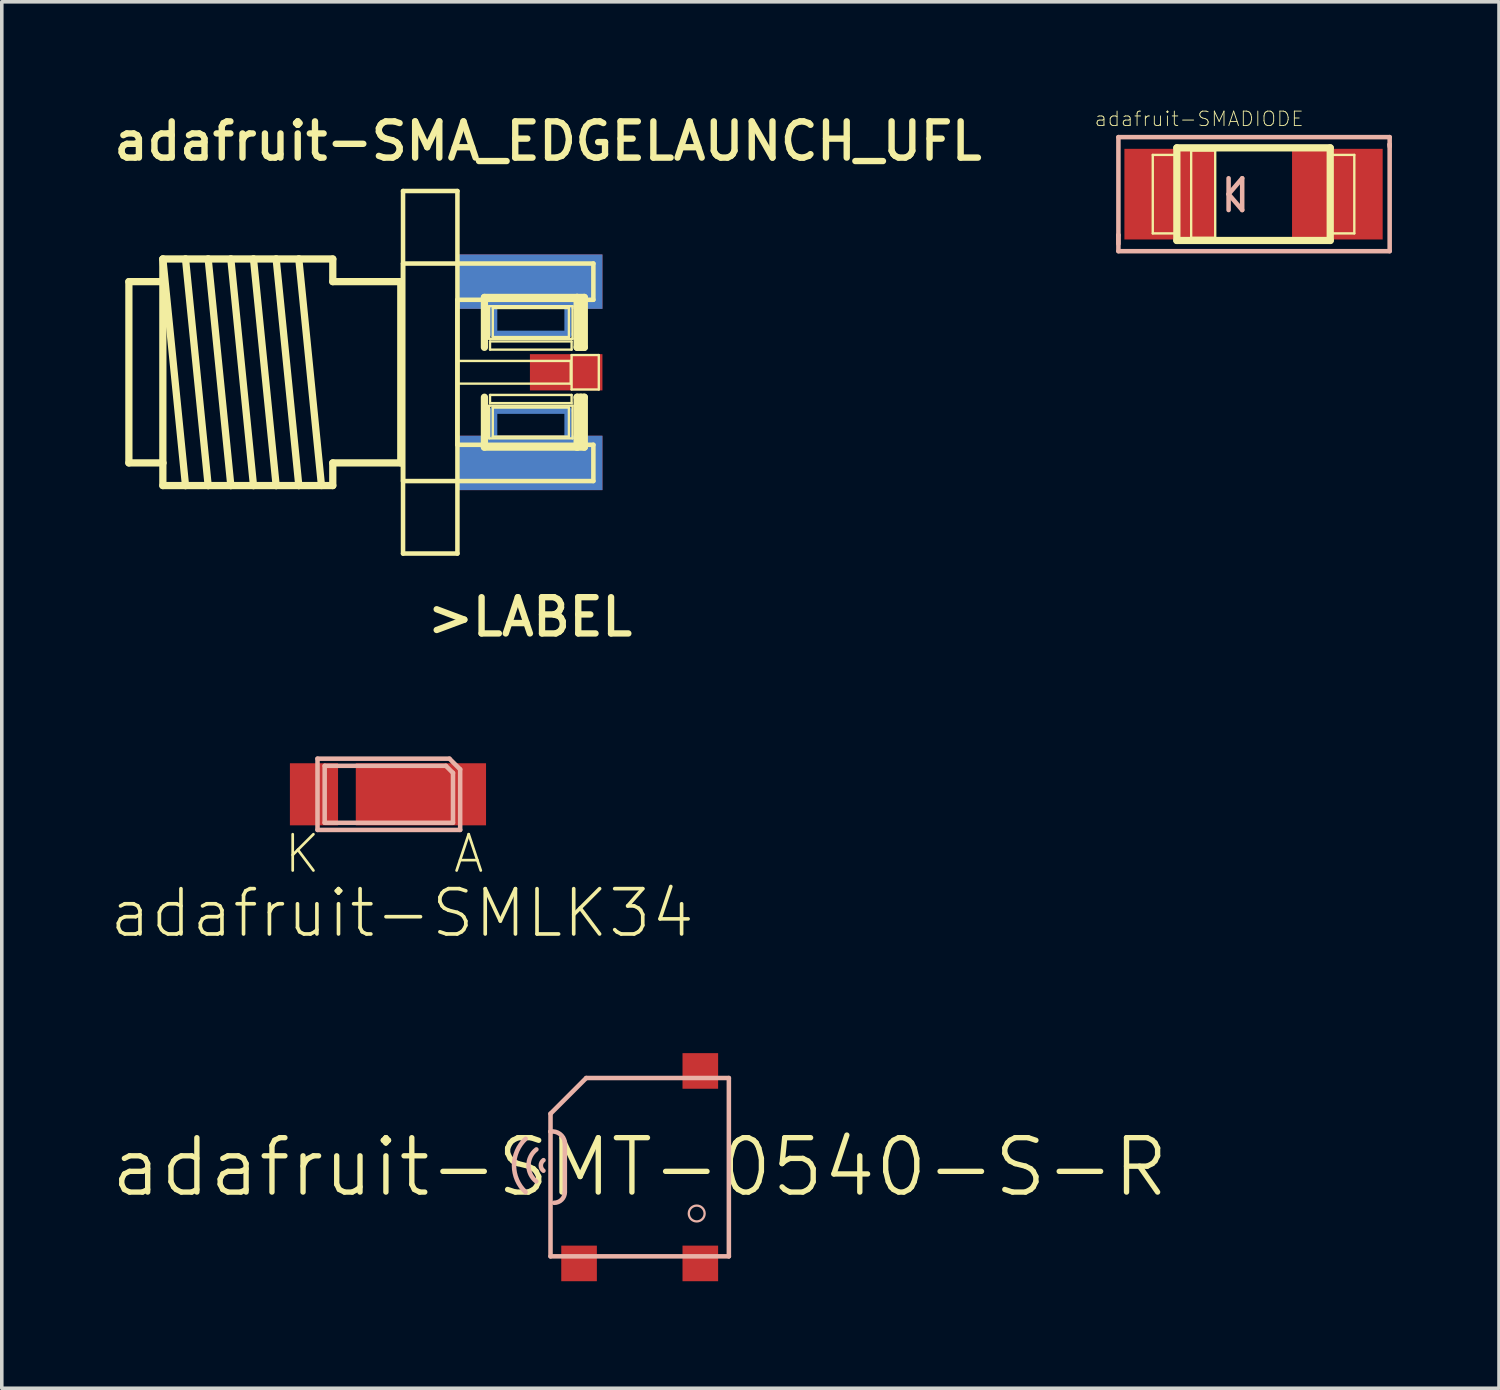
<source format=kicad_pcb>
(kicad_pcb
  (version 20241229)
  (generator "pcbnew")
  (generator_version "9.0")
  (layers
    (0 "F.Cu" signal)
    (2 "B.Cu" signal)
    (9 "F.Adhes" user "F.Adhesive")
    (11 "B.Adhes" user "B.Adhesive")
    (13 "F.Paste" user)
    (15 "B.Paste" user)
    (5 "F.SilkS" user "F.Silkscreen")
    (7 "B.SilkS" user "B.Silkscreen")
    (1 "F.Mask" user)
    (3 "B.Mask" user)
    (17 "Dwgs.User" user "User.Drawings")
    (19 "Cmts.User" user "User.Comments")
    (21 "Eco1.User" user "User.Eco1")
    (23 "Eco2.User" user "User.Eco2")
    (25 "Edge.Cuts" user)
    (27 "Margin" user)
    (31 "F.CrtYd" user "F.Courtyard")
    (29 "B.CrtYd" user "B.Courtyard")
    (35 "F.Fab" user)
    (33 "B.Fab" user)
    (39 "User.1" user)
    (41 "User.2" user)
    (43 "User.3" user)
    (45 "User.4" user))
  (footprint "adafruit-SMA_EDGELAUNCH_UFL"
    (layer "F.Cu")
    (at 9.769 7.383)
    (property "Reference" "adafruit-SMA_EDGELAUNCH_UFL" (at 2.54 -6.477 180) (layer "F.SilkS") (effects (font (size 1.016 1.016) (thickness 0.178))))
    (attr smd)
    (fp_line (start 1.016 -3.175) (end 3.099 -3.175) (stroke (width 0.203) (type solid)) (layer "B.Cu"))
    (fp_line (start 1.016 -1.064) (end 1.016 -3.175) (stroke (width 0.203) (type solid)) (layer "B.Cu"))
    (fp_line (start 1.016 1.064) (end 3.099 1.064) (stroke (width 0.203) (type solid)) (layer "B.Cu"))
    (fp_line (start 1.016 3.175) (end 1.016 1.064) (stroke (width 0.203) (type solid)) (layer "B.Cu"))
    (fp_line (start 3.099 -3.175) (end 3.099 -1.064) (stroke (width 0.203) (type solid)) (layer "B.Cu"))
    (fp_line (start 3.099 -1.064) (end 1.016 -1.064) (stroke (width 0.203) (type solid)) (layer "B.Cu"))
    (fp_line (start 3.099 1.064) (end 3.099 3.175) (stroke (width 0.203) (type solid)) (layer "B.Cu"))
    (fp_line (start 3.099 3.175) (end 1.016 3.175) (stroke (width 0.203) (type solid)) (layer "B.Cu"))
    (fp_line (start -9.207 -2.54) (end -8.255 -2.54) (stroke (width 0.203) (type solid)) (layer "F.SilkS"))
    (fp_line (start -9.207 2.54) (end -9.207 -2.54) (stroke (width 0.203) (type solid)) (layer "F.SilkS"))
    (fp_line (start -8.255 -3.175) (end -7.62 -3.175) (stroke (width 0.203) (type solid)) (layer "F.SilkS"))
    (fp_line (start -8.255 -3.175) (end -7.62 3.175) (stroke (width 0.203) (type solid)) (layer "F.SilkS"))
    (fp_line (start -8.255 -2.54) (end -8.255 -3.175) (stroke (width 0.203) (type solid)) (layer "F.SilkS"))
    (fp_line (start -8.255 -2.54) (end -8.255 2.54) (stroke (width 0.203) (type solid)) (layer "F.SilkS"))
    (fp_line (start -8.255 2.54) (end -9.207 2.54) (stroke (width 0.203) (type solid)) (layer "F.SilkS"))
    (fp_line (start -8.255 3.175) (end -8.255 2.54) (stroke (width 0.203) (type solid)) (layer "F.SilkS"))
    (fp_line (start -7.62 -3.175) (end -6.985 -3.175) (stroke (width 0.203) (type solid)) (layer "F.SilkS"))
    (fp_line (start -7.62 -3.175) (end -6.985 3.175) (stroke (width 0.203) (type solid)) (layer "F.SilkS"))
    (fp_line (start -7.62 3.175) (end -8.255 3.175) (stroke (width 0.203) (type solid)) (layer "F.SilkS"))
    (fp_line (start -6.985 -3.175) (end -6.35 -3.175) (stroke (width 0.203) (type solid)) (layer "F.SilkS"))
    (fp_line (start -6.985 -3.175) (end -6.35 3.175) (stroke (width 0.203) (type solid)) (layer "F.SilkS"))
    (fp_line (start -6.985 3.175) (end -7.62 3.175) (stroke (width 0.203) (type solid)) (layer "F.SilkS"))
    (fp_line (start -6.35 -3.175) (end -5.715 -3.175) (stroke (width 0.203) (type solid)) (layer "F.SilkS"))
    (fp_line (start -6.35 -3.175) (end -5.715 3.175) (stroke (width 0.203) (type solid)) (layer "F.SilkS"))
    (fp_line (start -6.35 3.175) (end -6.985 3.175) (stroke (width 0.203) (type solid)) (layer "F.SilkS"))
    (fp_line (start -5.715 -3.175) (end -5.08 -3.175) (stroke (width 0.203) (type solid)) (layer "F.SilkS"))
    (fp_line (start -5.715 -3.175) (end -5.08 3.175) (stroke (width 0.203) (type solid)) (layer "F.SilkS"))
    (fp_line (start -5.715 3.175) (end -6.35 3.175) (stroke (width 0.203) (type solid)) (layer "F.SilkS"))
    (fp_line (start -5.08 -3.175) (end -4.445 -3.175) (stroke (width 0.203) (type solid)) (layer "F.SilkS"))
    (fp_line (start -5.08 -3.175) (end -4.445 3.175) (stroke (width 0.203) (type solid)) (layer "F.SilkS"))
    (fp_line (start -5.08 3.175) (end -5.715 3.175) (stroke (width 0.203) (type solid)) (layer "F.SilkS"))
    (fp_line (start -4.445 -3.175) (end -3.81 3.175) (stroke (width 0.203) (type solid)) (layer "F.SilkS"))
    (fp_line (start -4.445 -3.175) (end -3.493 -3.175) (stroke (width 0.203) (type solid)) (layer "F.SilkS"))
    (fp_line (start -4.445 3.175) (end -5.08 3.175) (stroke (width 0.203) (type solid)) (layer "F.SilkS"))
    (fp_line (start -3.493 -3.175) (end -3.493 -2.54) (stroke (width 0.203) (type solid)) (layer "F.SilkS"))
    (fp_line (start -3.493 -2.54) (end -1.587 -2.54) (stroke (width 0.203) (type solid)) (layer "F.SilkS"))
    (fp_line (start -3.493 2.54) (end -3.493 3.175) (stroke (width 0.203) (type solid)) (layer "F.SilkS"))
    (fp_line (start -3.493 3.175) (end -4.445 3.175) (stroke (width 0.203) (type solid)) (layer "F.SilkS"))
    (fp_line (start -1.587 -2.54) (end -1.587 2.54) (stroke (width 0.203) (type solid)) (layer "F.SilkS"))
    (fp_line (start -1.587 2.54) (end -3.493 2.54) (stroke (width 0.203) (type solid)) (layer "F.SilkS"))
    (fp_line (start -1.524 -5.08) (end 0 -5.08) (stroke (width 0.127) (type solid)) (layer "F.SilkS"))
    (fp_line (start -1.524 -3.048) (end 3.81 -3.048) (stroke (width 0.127) (type solid)) (layer "F.SilkS"))
    (fp_line (start -1.524 3.048) (end -1.524 -3.048) (stroke (width 0.127) (type solid)) (layer "F.SilkS"))
    (fp_line (start -1.524 5.08) (end -1.524 -5.08) (stroke (width 0.127) (type solid)) (layer "F.SilkS"))
    (fp_line (start 0 -5.08) (end 0 5.08) (stroke (width 0.127) (type solid)) (layer "F.SilkS"))
    (fp_line (start 0 -2.032) (end 0 2.032) (stroke (width 0.127) (type solid)) (layer "F.SilkS"))
    (fp_line (start 0 -0.318) (end 3.175 -0.318) (stroke (width 0.066) (type solid)) (layer "F.SilkS"))
    (fp_line (start 0 0.318) (end 0 -0.318) (stroke (width 0.066) (type solid)) (layer "F.SilkS"))
    (fp_line (start 0 0.318) (end 3.175 0.318) (stroke (width 0.066) (type solid)) (layer "F.SilkS"))
    (fp_line (start 0 2.032) (end 3.81 2.032) (stroke (width 0.127) (type solid)) (layer "F.SilkS"))
    (fp_line (start 0 5.08) (end -1.524 5.08) (stroke (width 0.127) (type solid)) (layer "F.SilkS"))
    (fp_line (start 0.757 -0.699) (end 0.757 -2.098) (stroke (width 0.203) (type solid)) (layer "F.SilkS"))
    (fp_line (start 0.757 2.098) (end 0.757 0.699) (stroke (width 0.203) (type solid)) (layer "F.SilkS"))
    (fp_line (start 0.757 2.098) (end 3.355 2.098) (stroke (width 0.203) (type solid)) (layer "F.SilkS"))
    (fp_line (start 0.889 -1.852) (end 3.226 -1.852) (stroke (width 0.066) (type solid)) (layer "F.SilkS"))
    (fp_line (start 0.889 -0.937) (end 0.889 -1.852) (stroke (width 0.066) (type solid)) (layer "F.SilkS"))
    (fp_line (start 0.889 -0.937) (end 3.226 -0.937) (stroke (width 0.066) (type solid)) (layer "F.SilkS"))
    (fp_line (start 0.889 0.937) (end 3.226 0.937) (stroke (width 0.066) (type solid)) (layer "F.SilkS"))
    (fp_line (start 0.889 1.852) (end 0.889 0.937) (stroke (width 0.066) (type solid)) (layer "F.SilkS"))
    (fp_line (start 0.889 1.852) (end 3.226 1.852) (stroke (width 0.066) (type solid)) (layer "F.SilkS"))
    (fp_line (start 0.914 -0.864) (end 3.2 -0.864) (stroke (width 0.066) (type solid)) (layer "F.SilkS"))
    (fp_line (start 0.914 -0.635) (end 0.914 -0.864) (stroke (width 0.066) (type solid)) (layer "F.SilkS"))
    (fp_line (start 0.914 -0.635) (end 3.2 -0.635) (stroke (width 0.066) (type solid)) (layer "F.SilkS"))
    (fp_line (start 0.914 0.635) (end 3.2 0.635) (stroke (width 0.066) (type solid)) (layer "F.SilkS"))
    (fp_line (start 0.914 0.864) (end 0.914 0.635) (stroke (width 0.066) (type solid)) (layer "F.SilkS"))
    (fp_line (start 0.914 0.864) (end 3.2 0.864) (stroke (width 0.066) (type solid)) (layer "F.SilkS"))
    (fp_line (start 0.991 -1.801) (end 3.124 -1.801) (stroke (width 0.066) (type solid)) (layer "F.SilkS"))
    (fp_line (start 0.991 -0.988) (end 0.991 -1.801) (stroke (width 0.066) (type solid)) (layer "F.SilkS"))
    (fp_line (start 0.991 -0.988) (end 3.124 -0.988) (stroke (width 0.066) (type solid)) (layer "F.SilkS"))
    (fp_line (start 0.991 0.988) (end 3.124 0.988) (stroke (width 0.066) (type solid)) (layer "F.SilkS"))
    (fp_line (start 0.991 1.801) (end 0.991 0.988) (stroke (width 0.066) (type solid)) (layer "F.SilkS"))
    (fp_line (start 0.991 1.801) (end 3.124 1.801) (stroke (width 0.066) (type solid)) (layer "F.SilkS"))
    (fp_line (start 3.124 -0.988) (end 3.124 -1.801) (stroke (width 0.066) (type solid)) (layer "F.SilkS"))
    (fp_line (start 3.124 1.801) (end 3.124 0.988) (stroke (width 0.066) (type solid)) (layer "F.SilkS"))
    (fp_line (start 3.175 0.318) (end 3.175 -0.318) (stroke (width 0.066) (type solid)) (layer "F.SilkS"))
    (fp_line (start 3.2 -0.635) (end 3.2 -0.864) (stroke (width 0.066) (type solid)) (layer "F.SilkS"))
    (fp_line (start 3.2 -0.483) (end 3.962 -0.483) (stroke (width 0.066) (type solid)) (layer "F.SilkS"))
    (fp_line (start 3.2 0.483) (end 3.2 -0.483) (stroke (width 0.066) (type solid)) (layer "F.SilkS"))
    (fp_line (start 3.2 0.483) (end 3.962 0.483) (stroke (width 0.066) (type solid)) (layer "F.SilkS"))
    (fp_line (start 3.2 0.864) (end 3.2 0.635) (stroke (width 0.066) (type solid)) (layer "F.SilkS"))
    (fp_line (start 3.226 -0.937) (end 3.226 -1.852) (stroke (width 0.066) (type solid)) (layer "F.SilkS"))
    (fp_line (start 3.226 1.852) (end 3.226 0.937) (stroke (width 0.066) (type solid)) (layer "F.SilkS"))
    (fp_line (start 3.355 -2.098) (end 0.757 -2.098) (stroke (width 0.203) (type solid)) (layer "F.SilkS"))
    (fp_line (start 3.355 -0.699) (end 3.355 -2.098) (stroke (width 0.203) (type solid)) (layer "F.SilkS"))
    (fp_line (start 3.355 2.098) (end 3.355 0.699) (stroke (width 0.203) (type solid)) (layer "F.SilkS"))
    (fp_line (start 3.457 -0.699) (end 3.457 -1.999) (stroke (width 0.203) (type solid)) (layer "F.SilkS"))
    (fp_line (start 3.457 1.999) (end 3.457 0.699) (stroke (width 0.203) (type solid)) (layer "F.SilkS"))
    (fp_line (start 3.556 -2.098) (end 3.355 -2.098) (stroke (width 0.203) (type solid)) (layer "F.SilkS"))
    (fp_line (start 3.556 -0.699) (end 3.355 -0.699) (stroke (width 0.203) (type solid)) (layer "F.SilkS"))
    (fp_line (start 3.556 -0.699) (end 3.556 -2.098) (stroke (width 0.203) (type solid)) (layer "F.SilkS"))
    (fp_line (start 3.556 0.699) (end 3.355 0.699) (stroke (width 0.203) (type solid)) (layer "F.SilkS"))
    (fp_line (start 3.556 2.098) (end 3.355 2.098) (stroke (width 0.203) (type solid)) (layer "F.SilkS"))
    (fp_line (start 3.556 2.098) (end 3.556 0.699) (stroke (width 0.203) (type solid)) (layer "F.SilkS"))
    (fp_line (start 3.81 -3.048) (end 3.81 -2.032) (stroke (width 0.127) (type solid)) (layer "F.SilkS"))
    (fp_line (start 3.81 -2.032) (end 0 -2.032) (stroke (width 0.127) (type solid)) (layer "F.SilkS"))
    (fp_line (start 3.81 2.032) (end 3.81 3.048) (stroke (width 0.127) (type solid)) (layer "F.SilkS"))
    (fp_line (start 3.81 3.048) (end -1.524 3.048) (stroke (width 0.127) (type solid)) (layer "F.SilkS"))
    (fp_line (start 3.962 0.483) (end 3.962 -0.483) (stroke (width 0.066) (type solid)) (layer "F.SilkS"))
    (fp_text user ">LABEL" (at 2.032 6.858 180) (layer "F.SilkS") (effects (font (size 1.016 1.016) (thickness 0.178))))
    (pad "GND@" smd rect (at 2.032 -2.54 90) (size 1.524 4.064) (layers "F.Cu" "F.Mask" "F.Paste"))
    (pad "GND@" smd rect (at 2.032 -2.54 90) (size 1.524 4.064) (layers "B.Cu" "B.Mask"))
    (pad "GND@" smd rect (at 2.032 2.54 90) (size 1.524 4.064) (layers "F.Cu" "F.Mask" "F.Paste"))
    (pad "GND@" smd rect (at 2.032 2.54 90) (size 1.524 4.064) (layers "B.Cu" "B.Mask"))
    (pad "P" smd rect (at 3.048 0 90) (size 1.016 2.032) (layers "F.Cu" "F.Mask" "F.Paste")))
  (footprint "adafruit-SMADIODE"
    (layer "F.Cu")
    (at 32.08 2.391)
    (property "Reference" "adafruit-SMADIODE" (at -1.524 -2.108 0) (layer "F.SilkS") (effects (font (size 0.406 0.406) (thickness 0.025))))
    (attr smd)
    (fp_line (start -2.824 -1.1) (end -2.174 -1.1) (stroke (width 0.066) (type solid)) (layer "F.SilkS"))
    (fp_line (start -2.824 1.1) (end -2.824 -1.1) (stroke (width 0.066) (type solid)) (layer "F.SilkS"))
    (fp_line (start -2.824 1.1) (end -2.174 1.1) (stroke (width 0.066) (type solid)) (layer "F.SilkS"))
    (fp_line (start -2.174 1.1) (end -2.174 -1.1) (stroke (width 0.066) (type solid)) (layer "F.SilkS"))
    (fp_line (start -2.149 -1.298) (end 2.149 -1.298) (stroke (width 0.203) (type solid)) (layer "F.SilkS"))
    (fp_line (start -2.149 1.298) (end -2.149 -1.298) (stroke (width 0.203) (type solid)) (layer "F.SilkS"))
    (fp_line (start -1.748 -1.224) (end -1.074 -1.224) (stroke (width 0.066) (type solid)) (layer "F.SilkS"))
    (fp_line (start -1.748 1.224) (end -1.748 -1.224) (stroke (width 0.066) (type solid)) (layer "F.SilkS"))
    (fp_line (start -1.748 1.224) (end -1.074 1.224) (stroke (width 0.066) (type solid)) (layer "F.SilkS"))
    (fp_line (start -1.074 1.224) (end -1.074 -1.224) (stroke (width 0.066) (type solid)) (layer "F.SilkS"))
    (fp_line (start 2.149 -1.298) (end 2.149 1.298) (stroke (width 0.203) (type solid)) (layer "F.SilkS"))
    (fp_line (start 2.149 1.298) (end -2.149 1.298) (stroke (width 0.203) (type solid)) (layer "F.SilkS"))
    (fp_line (start 2.174 -1.1) (end 2.824 -1.1) (stroke (width 0.066) (type solid)) (layer "F.SilkS"))
    (fp_line (start 2.174 1.1) (end 2.174 -1.1) (stroke (width 0.066) (type solid)) (layer "F.SilkS"))
    (fp_line (start 2.174 1.1) (end 2.824 1.1) (stroke (width 0.066) (type solid)) (layer "F.SilkS"))
    (fp_line (start 2.824 1.1) (end 2.824 -1.1) (stroke (width 0.066) (type solid)) (layer "F.SilkS"))
    (fp_line (start -3.787 -1.598) (end 3.815 -1.598) (stroke (width 0.127) (type solid)) (layer "B.SilkS"))
    (fp_line (start -3.787 1.146) (end -3.787 -1.598) (stroke (width 0.127) (type solid)) (layer "B.SilkS"))
    (fp_line (start -3.787 1.392) (end -3.787 1.146) (stroke (width 0.127) (type solid)) (layer "B.SilkS"))
    (fp_line (start -3.787 1.598) (end -3.787 1.146) (stroke (width 0.127) (type solid)) (layer "B.SilkS"))
    (fp_line (start -0.699 0) (end -0.318 0.445) (stroke (width 0.127) (type solid)) (layer "B.SilkS"))
    (fp_line (start -0.699 0.445) (end -0.699 -0.445) (stroke (width 0.127) (type solid)) (layer "B.SilkS"))
    (fp_line (start -0.318 -0.445) (end -0.699 0) (stroke (width 0.127) (type solid)) (layer "B.SilkS"))
    (fp_line (start -0.318 0.445) (end -0.318 -0.445) (stroke (width 0.127) (type solid)) (layer "B.SilkS"))
    (fp_line (start 3.815 -1.598) (end 3.815 -1.392) (stroke (width 0.127) (type solid)) (layer "B.SilkS"))
    (fp_line (start 3.815 -1.392) (end 3.815 -1.336) (stroke (width 0.127) (type solid)) (layer "B.SilkS"))
    (fp_line (start 3.815 -1.392) (end 3.815 1.598) (stroke (width 0.127) (type solid)) (layer "B.SilkS"))
    (fp_line (start 3.815 1.598) (end -3.787 1.598) (stroke (width 0.127) (type solid)) (layer "B.SilkS"))
    (pad "A" smd rect (at 2.349 0 180) (size 2.54 2.54) (layers "F.Cu" "F.Mask" "F.Paste"))
    (pad "C" smd rect (at -2.349 0) (size 2.54 2.54) (layers "F.Cu" "F.Mask" "F.Paste")))
  (footprint "adafruit-SMLK34"
    (layer "F.Cu")
    (at 7.847 19.21)
    (property "Reference" "adafruit-SMLK34" (at 0.373 3.332 0) (layer "F.SilkS") (effects (font (size 1.27 1.27) (thickness 0.102))))
    (attr smd)
    (fp_line (start -1.999 -0.998) (end 1.699 -0.998) (stroke (width 0.127) (type solid)) (layer "B.SilkS"))
    (fp_line (start -1.999 0.998) (end -1.999 -0.998) (stroke (width 0.127) (type solid)) (layer "B.SilkS"))
    (fp_line (start -1.798 -0.798) (end -1.798 0.798) (stroke (width 0.127) (type solid)) (layer "B.SilkS"))
    (fp_line (start -1.798 0.798) (end 1.798 0.798) (stroke (width 0.127) (type solid)) (layer "B.SilkS"))
    (fp_line (start 1.598 -0.798) (end -1.798 -0.798) (stroke (width 0.127) (type solid)) (layer "B.SilkS"))
    (fp_line (start 1.699 -0.998) (end 1.999 -0.699) (stroke (width 0.127) (type solid)) (layer "B.SilkS"))
    (fp_line (start 1.798 -0.599) (end 1.598 -0.798) (stroke (width 0.127) (type solid)) (layer "B.SilkS"))
    (fp_line (start 1.798 0.798) (end 1.798 -0.599) (stroke (width 0.127) (type solid)) (layer "B.SilkS"))
    (fp_line (start 1.999 -0.699) (end 1.999 0.998) (stroke (width 0.127) (type solid)) (layer "B.SilkS"))
    (fp_line (start 1.999 0.998) (end -1.999 0.998) (stroke (width 0.127) (type solid)) (layer "B.SilkS"))
    (fp_text user "A" (at 2.238 1.669 0) (layer "F.SilkS") (effects (font (size 1.016 1.016) (thickness 0.076))))
    (fp_text user "K" (at -2.428 1.669 0) (layer "F.SilkS") (effects (font (size 1.016 1.016) (thickness 0.076))))
    (pad "A" smd rect (at 0.899 0 180) (size 3.65 1.74) (layers "F.Cu" "F.Mask" "F.Paste"))
    (pad "K" smd rect (at -2.098 0 180) (size 1.349 1.74) (layers "F.Cu" "F.Mask" "F.Paste")))
  (footprint "adafruit-SMT-0540-S-R"
    (layer "F.Cu")
    (at 14.877 29.66)
    (property "Reference" "adafruit-SMT-0540-S-R" (at 0 0 0) (layer "F.SilkS") (effects (font (size 1.524 1.524) (thickness 0.15))))
    (attr smd)
    (fp_line (start -2.499 -1.499) (end -1.499 -2.499) (stroke (width 0.127) (type solid)) (layer "B.SilkS"))
    (fp_line (start -2.499 -0.998) (end -2.499 -1.499) (stroke (width 0.127) (type solid)) (layer "B.SilkS"))
    (fp_line (start -2.499 2.499) (end -2.499 -0.998) (stroke (width 0.127) (type solid)) (layer "B.SilkS"))
    (fp_line (start -2.098 -0.699) (end -2.098 0.699) (stroke (width 0.127) (type solid)) (layer "B.SilkS"))
    (fp_line (start -1.499 -2.499) (end 2.499 -2.499) (stroke (width 0.127) (type solid)) (layer "B.SilkS"))
    (fp_line (start 2.499 -2.499) (end 2.499 2.499) (stroke (width 0.127) (type solid)) (layer "B.SilkS"))
    (fp_line (start 2.499 2.499) (end -2.499 2.499) (stroke (width 0.127) (type solid)) (layer "B.SilkS"))
    (fp_arc (start -3.19786 0.6985) (mid -3.521883 -0.048929) (end -3.196882 -0.795934) (stroke (width 0.127) (type solid)) (layer "B.SilkS"))
    (fp_arc (start -2.89814 0.39878) (mid -3.115691 -0.05024) (end -2.895016 -0.497732) (stroke (width 0.127) (type solid)) (layer "B.SilkS"))
    (fp_arc (start -2.69748 0.09906) (mid -2.770633 -0.049179) (end -2.69601 -0.196683) (stroke (width 0.127) (type solid)) (layer "B.SilkS"))
    (fp_arc (start -2.49936 -0.99822) (mid -2.236626 -0.931476) (end -2.09804 -0.6985) (stroke (width 0.127) (type solid)) (layer "B.SilkS"))
    (fp_arc (start -2.09804 0.6985) (mid -2.185826 0.910434) (end -2.39776 0.99822) (stroke (width 0.127) (type solid)) (layer "B.SilkS"))
    (fp_circle (center 1.598 1.298) (end 1.755 1.455) (stroke (width 0.064) (type solid)) (fill no) (layer "B.SilkS"))
    (pad "+" smd rect (at 1.699 2.697) (size 0.998 0.998) (layers "F.Cu" "F.Mask" "F.Paste"))
    (pad "-" smd rect (at 1.699 -2.697) (size 0.998 0.998) (layers "F.Cu" "F.Mask" "F.Paste"))
    (pad "M" smd rect (at -1.699 2.697) (size 0.998 0.998) (layers "F.Cu" "F.Mask" "F.Paste")))
  (gr_rect
    (start -3 -3)
    (end 38.959 35.856)
    (stroke (width 0.1) (type default))
    (fill no)
    (layer "Edge.Cuts")))
</source>
